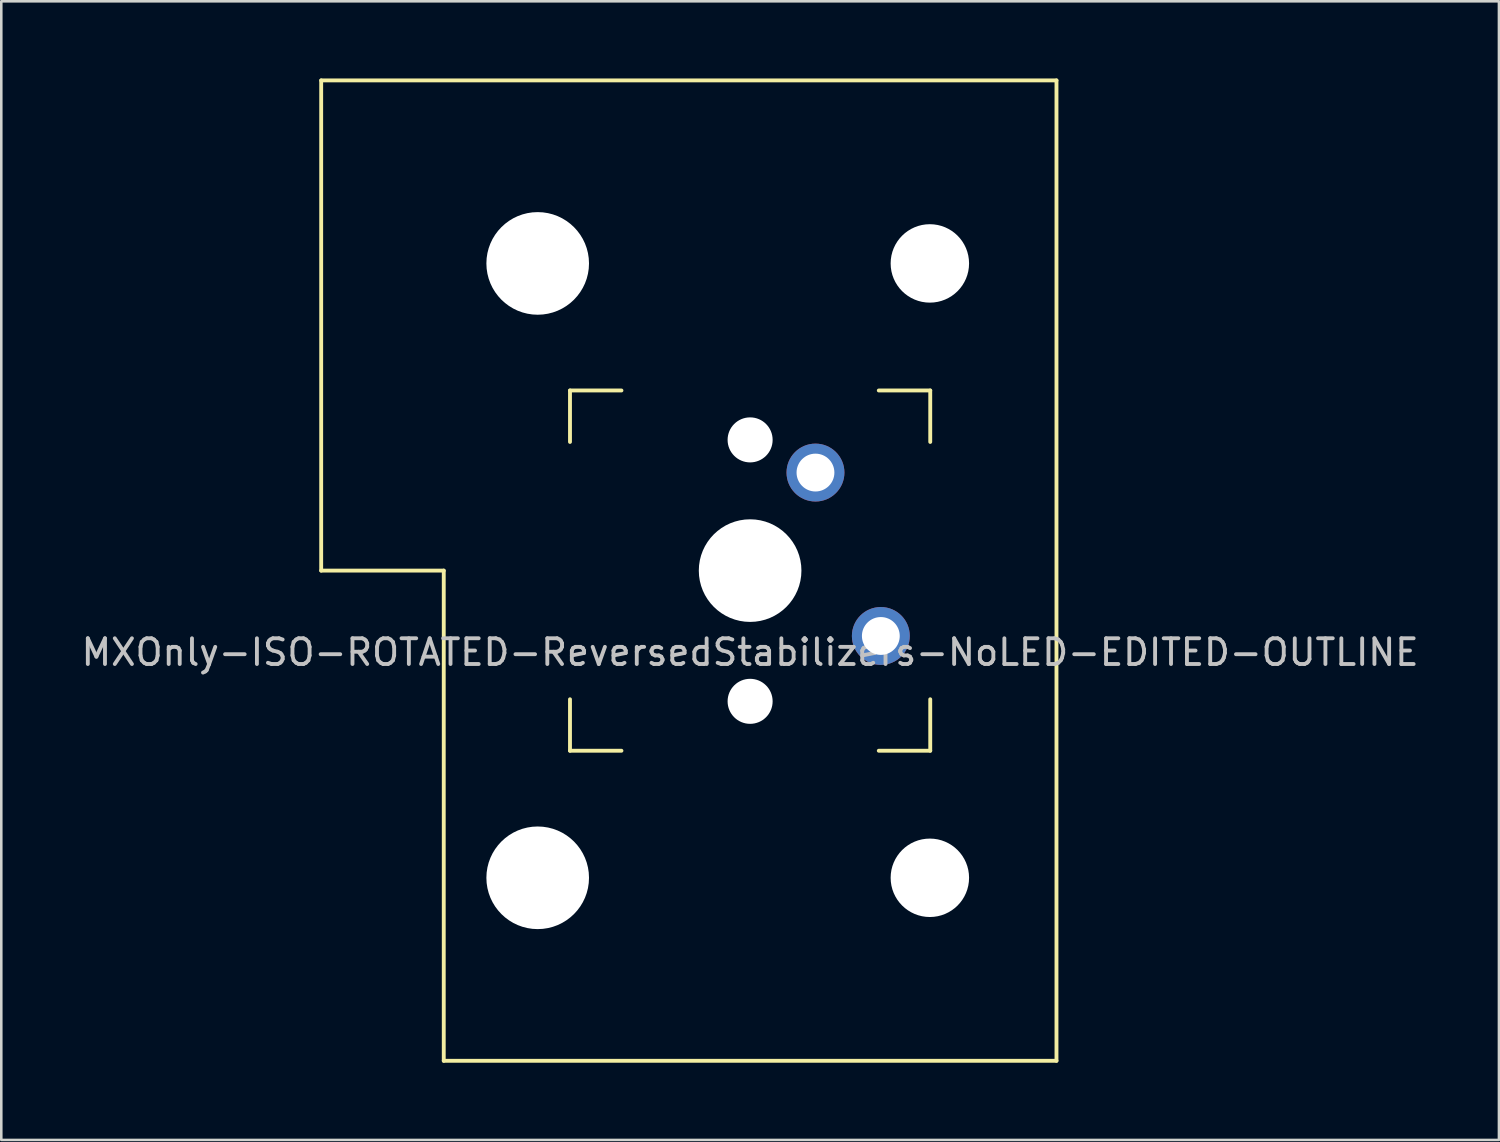
<source format=kicad_pcb>
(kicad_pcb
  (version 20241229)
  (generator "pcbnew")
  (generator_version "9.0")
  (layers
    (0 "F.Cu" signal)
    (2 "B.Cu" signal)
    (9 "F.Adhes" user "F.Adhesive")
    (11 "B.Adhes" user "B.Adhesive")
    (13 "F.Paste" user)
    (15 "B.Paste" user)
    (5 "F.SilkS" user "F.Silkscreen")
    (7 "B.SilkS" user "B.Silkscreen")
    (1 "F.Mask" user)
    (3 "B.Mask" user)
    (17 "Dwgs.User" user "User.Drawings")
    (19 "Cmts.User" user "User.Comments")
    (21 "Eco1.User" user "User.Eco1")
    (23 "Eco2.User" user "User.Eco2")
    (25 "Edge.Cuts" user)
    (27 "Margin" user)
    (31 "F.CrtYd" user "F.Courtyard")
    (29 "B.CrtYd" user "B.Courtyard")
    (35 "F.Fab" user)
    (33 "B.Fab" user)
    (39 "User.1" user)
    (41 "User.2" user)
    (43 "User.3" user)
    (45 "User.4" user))
  (footprint "MXOnly-ISO-ROTATED-ReversedStabilizers-NoLED-EDITED-OUTLINE"
    (layer "F.Cu")
    (at 26.101 19.125)
    (property "Reference" "MXOnly-ISO-ROTATED-ReversedStabilizers-NoLED-EDITED-OUTLINE" (at 0 3.175 0) (layer "Dwgs.User") (effects (font (size 1 1) (thickness 0.15))))
    (attr through_hole)
    (fp_line (start -16.669 -19.05) (end -16.669 0) (stroke (width 0.15) (type solid)) (layer "F.SilkS"))
    (fp_line (start -16.669 -19.05) (end 11.906 -19.05) (stroke (width 0.15) (type solid)) (layer "F.SilkS"))
    (fp_line (start -11.906 0) (end -16.669 0) (stroke (width 0.15) (type solid)) (layer "F.SilkS"))
    (fp_line (start -11.906 19.05) (end -11.906 0) (stroke (width 0.15) (type solid)) (layer "F.SilkS"))
    (fp_line (start -11.906 19.05) (end 11.906 19.05) (stroke (width 0.15) (type solid)) (layer "F.SilkS"))
    (fp_line (start -7 -7) (end -7 -5) (stroke (width 0.15) (type solid)) (layer "F.SilkS"))
    (fp_line (start -7 5) (end -7 7) (stroke (width 0.15) (type solid)) (layer "F.SilkS"))
    (fp_line (start -7 7) (end -5 7) (stroke (width 0.15) (type solid)) (layer "F.SilkS"))
    (fp_line (start -5 -7) (end -7 -7) (stroke (width 0.15) (type solid)) (layer "F.SilkS"))
    (fp_line (start 5 -7) (end 7 -7) (stroke (width 0.15) (type solid)) (layer "F.SilkS"))
    (fp_line (start 5 7) (end 7 7) (stroke (width 0.15) (type solid)) (layer "F.SilkS"))
    (fp_line (start 7 -7) (end 7 -5) (stroke (width 0.15) (type solid)) (layer "F.SilkS"))
    (fp_line (start 7 7) (end 7 5) (stroke (width 0.15) (type solid)) (layer "F.SilkS"))
    (fp_line (start 11.906 -19.05) (end 11.906 19.05) (stroke (width 0.15) (type solid)) (layer "F.SilkS"))
    (pad "" np_thru_hole circle (at -8.255 -11.938) (size 3.988 3.988) (drill 3.988) (layers "*.Cu" "*.Mask"))
    (pad "" np_thru_hole circle (at -8.255 11.938) (size 3.988 3.988) (drill 3.988) (layers "*.Cu" "*.Mask"))
    (pad "" np_thru_hole circle (at 0 -5.08 48.1) (size 1.75 1.75) (drill 1.75) (layers "*.Cu" "*.Mask"))
    (pad "" np_thru_hole circle (at 0 0) (size 3.988 3.988) (drill 3.988) (layers "*.Cu" "*.Mask"))
    (pad "" np_thru_hole circle (at 0 5.08 48.1) (size 1.75 1.75) (drill 1.75) (layers "*.Cu" "*.Mask"))
    (pad "" np_thru_hole circle (at 6.985 -11.938) (size 3.048 3.048) (drill 3.048) (layers "*.Cu" "*.Mask"))
    (pad "" np_thru_hole circle (at 6.985 11.938) (size 3.048 3.048) (drill 3.048) (layers "*.Cu" "*.Mask"))
    (pad "1" thru_hole circle (at 2.54 -3.81) (size 2.25 2.25) (drill 1.47) (layers "*.Cu" "*.Mask"))
    (pad "2" thru_hole circle (at 5.08 2.54) (size 2.25 2.25) (drill 1.47) (layers "*.Cu" "*.Mask")))
  (gr_rect
    (start -3 -3)
    (end 55.202 41.25)
    (stroke (width 0.1) (type default))
    (fill no)
    (layer "Edge.Cuts")))
</source>
